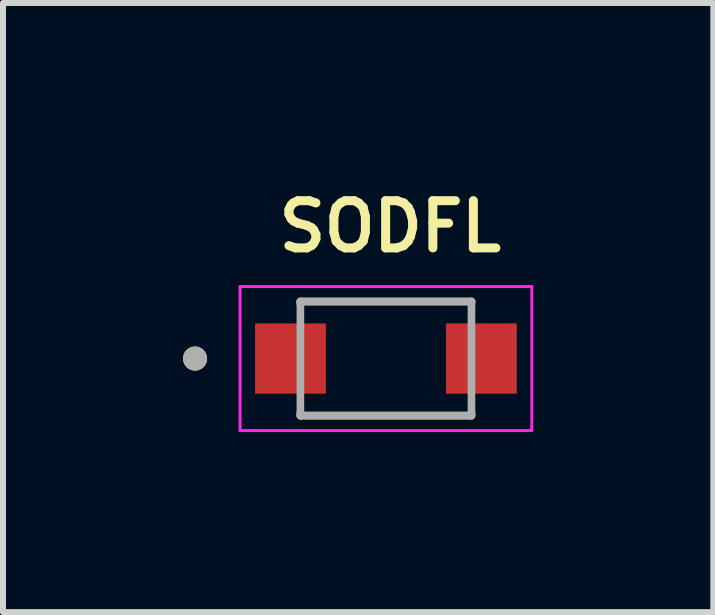
<source format=kicad_pcb>
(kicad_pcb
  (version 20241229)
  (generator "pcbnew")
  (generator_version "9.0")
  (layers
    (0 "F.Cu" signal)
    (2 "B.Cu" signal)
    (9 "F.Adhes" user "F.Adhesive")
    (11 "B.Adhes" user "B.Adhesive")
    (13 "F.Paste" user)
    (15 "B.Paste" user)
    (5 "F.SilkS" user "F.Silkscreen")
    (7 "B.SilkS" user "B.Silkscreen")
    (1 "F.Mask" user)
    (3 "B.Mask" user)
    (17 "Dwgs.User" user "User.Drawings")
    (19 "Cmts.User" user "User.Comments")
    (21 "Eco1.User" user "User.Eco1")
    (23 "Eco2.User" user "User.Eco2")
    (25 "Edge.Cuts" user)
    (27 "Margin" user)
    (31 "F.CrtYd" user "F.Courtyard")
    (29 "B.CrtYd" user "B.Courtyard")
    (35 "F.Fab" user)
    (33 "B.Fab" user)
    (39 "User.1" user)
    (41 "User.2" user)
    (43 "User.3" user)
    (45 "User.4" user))
  (footprint "SODFL"
    (layer "F.Cu")
    (at 3.38 2.924)
    (property "Reference" "SODFL" (at 0.07 -2.2 0) (layer "F.SilkS") (effects (font (size 0.787 0.787) (thickness 0.15))))
    (attr through_hole)
    (fp_line (start -1.425 -0.95) (end -1.425 -0.905) (stroke (width 0.127) (type solid)) (layer "F.SilkS"))
    (fp_line (start -1.425 0.95) (end -1.425 0.905) (stroke (width 0.127) (type solid)) (layer "F.SilkS"))
    (fp_line (start -1.425 0.95) (end 1.425 0.95) (stroke (width 0.127) (type solid)) (layer "F.SilkS"))
    (fp_line (start 1.425 -0.95) (end -1.425 -0.95) (stroke (width 0.127) (type solid)) (layer "F.SilkS"))
    (fp_line (start 1.425 -0.905) (end 1.425 -0.95) (stroke (width 0.127) (type solid)) (layer "F.SilkS"))
    (fp_line (start 1.425 0.95) (end 1.425 0.905) (stroke (width 0.127) (type solid)) (layer "F.SilkS"))
    (fp_circle (center -3.18 0) (end -3.08 0) (stroke (width 0.2) (type solid)) (fill no) (layer "F.SilkS"))
    (fp_line (start -2.43 -1.2) (end -2.43 1.2) (stroke (width 0.05) (type solid)) (layer "F.CrtYd"))
    (fp_line (start -2.43 1.2) (end 2.43 1.2) (stroke (width 0.05) (type solid)) (layer "F.CrtYd"))
    (fp_line (start 2.43 -1.2) (end -2.43 -1.2) (stroke (width 0.05) (type solid)) (layer "F.CrtYd"))
    (fp_line (start 2.43 1.2) (end 2.43 -1.2) (stroke (width 0.05) (type solid)) (layer "F.CrtYd"))
    (fp_line (start -1.425 -0.95) (end -1.425 0.95) (stroke (width 0.127) (type solid)) (layer "F.Fab"))
    (fp_line (start -1.425 0.95) (end 1.425 0.95) (stroke (width 0.127) (type solid)) (layer "F.Fab"))
    (fp_line (start 1.425 -0.95) (end -1.425 -0.95) (stroke (width 0.127) (type solid)) (layer "F.Fab"))
    (fp_line (start 1.425 0.95) (end 1.425 -0.95) (stroke (width 0.127) (type solid)) (layer "F.Fab"))
    (fp_circle (center -3.18 0) (end -3.08 0) (stroke (width 0.2) (type solid)) (fill no) (layer "F.Fab"))
    (pad "A" smd rect (at 1.59 0) (size 1.18 1.17) (layers "F.Cu" "F.Mask" "F.Paste"))
    (pad "C" smd rect (at -1.59 0) (size 1.18 1.17) (layers "F.Cu" "F.Mask" "F.Paste")))
  (gr_rect
    (start -3 -3)
    (end 8.835 7.149)
    (stroke (width 0.1) (type default))
    (fill no)
    (layer "Edge.Cuts")))
</source>
